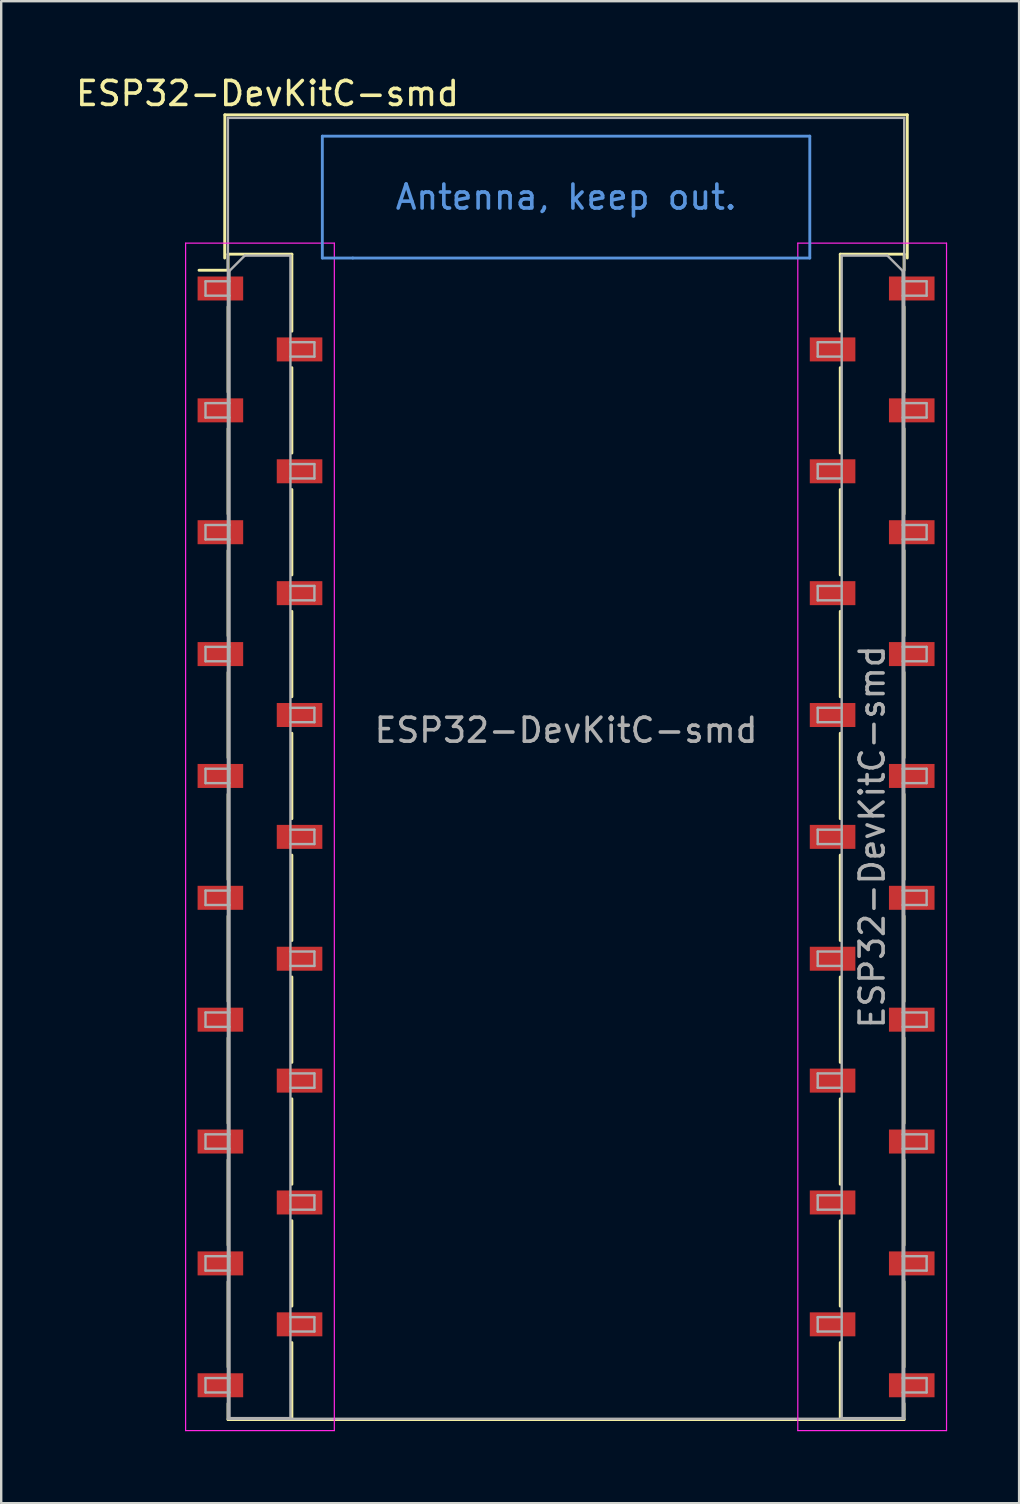
<source format=kicad_pcb>
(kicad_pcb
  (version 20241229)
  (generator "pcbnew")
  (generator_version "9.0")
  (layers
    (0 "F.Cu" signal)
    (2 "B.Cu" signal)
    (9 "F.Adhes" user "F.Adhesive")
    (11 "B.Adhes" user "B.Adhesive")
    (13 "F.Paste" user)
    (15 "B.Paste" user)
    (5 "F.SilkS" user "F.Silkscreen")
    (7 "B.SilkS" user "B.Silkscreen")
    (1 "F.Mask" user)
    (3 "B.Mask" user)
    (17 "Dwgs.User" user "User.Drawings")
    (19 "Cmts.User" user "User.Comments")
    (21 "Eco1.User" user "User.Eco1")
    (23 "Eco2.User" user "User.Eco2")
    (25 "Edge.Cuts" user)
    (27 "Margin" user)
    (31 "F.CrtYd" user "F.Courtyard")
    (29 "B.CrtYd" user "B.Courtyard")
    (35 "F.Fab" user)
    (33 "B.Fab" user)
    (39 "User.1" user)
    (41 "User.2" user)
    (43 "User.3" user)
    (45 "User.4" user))
  (footprint "ESP32-DevKitC-smd"
    (layer "F.Cu")
    (at 7.847 8.976)
    (property "Reference" "ESP32-DevKitC-smd" (at 0.254 -8.128 0) (layer "F.SilkS") (effects (font (size 1 1) (thickness 0.15))))
    (attr through_hole)
    (fp_line (start -2.6 -0.76) (end -1.39 -0.76) (stroke (width 0.12) (type solid)) (layer "F.SilkS"))
    (fp_line (start -1.524 -7.239) (end -1.531 -1.27) (stroke (width 0.12) (type solid)) (layer "F.SilkS"))
    (fp_line (start -1.524 -7.239) (end 26.924 -7.239) (stroke (width 0.12) (type solid)) (layer "F.SilkS"))
    (fp_line (start -1.39 -1.43) (end -1.39 -0.76) (stroke (width 0.12) (type solid)) (layer "F.SilkS"))
    (fp_line (start -1.39 -1.43) (end 1.27 -1.43) (stroke (width 0.12) (type solid)) (layer "F.SilkS"))
    (fp_line (start -1.39 0.76) (end -1.39 4.32) (stroke (width 0.12) (type solid)) (layer "F.SilkS"))
    (fp_line (start -1.39 5.84) (end -1.39 9.4) (stroke (width 0.12) (type solid)) (layer "F.SilkS"))
    (fp_line (start -1.39 10.92) (end -1.39 14.48) (stroke (width 0.12) (type solid)) (layer "F.SilkS"))
    (fp_line (start -1.39 16) (end -1.39 19.56) (stroke (width 0.12) (type solid)) (layer "F.SilkS"))
    (fp_line (start -1.39 21.08) (end -1.39 24.64) (stroke (width 0.12) (type solid)) (layer "F.SilkS"))
    (fp_line (start -1.39 26.16) (end -1.39 29.72) (stroke (width 0.12) (type solid)) (layer "F.SilkS"))
    (fp_line (start -1.39 31.24) (end -1.39 34.8) (stroke (width 0.12) (type solid)) (layer "F.SilkS"))
    (fp_line (start -1.39 36.32) (end -1.39 39.88) (stroke (width 0.12) (type solid)) (layer "F.SilkS"))
    (fp_line (start -1.39 41.4) (end -1.39 44.96) (stroke (width 0.12) (type solid)) (layer "F.SilkS"))
    (fp_line (start -1.39 46.48) (end -1.39 47.15) (stroke (width 0.12) (type solid)) (layer "F.SilkS"))
    (fp_line (start -1.39 47.15) (end 1.27 47.15) (stroke (width 0.12) (type solid)) (layer "F.SilkS"))
    (fp_line (start 1.27 -1.43) (end 1.27 1.78) (stroke (width 0.12) (type solid)) (layer "F.SilkS"))
    (fp_line (start 1.27 3.3) (end 1.27 6.86) (stroke (width 0.12) (type solid)) (layer "F.SilkS"))
    (fp_line (start 1.27 8.38) (end 1.27 11.94) (stroke (width 0.12) (type solid)) (layer "F.SilkS"))
    (fp_line (start 1.27 13.46) (end 1.27 17.02) (stroke (width 0.12) (type solid)) (layer "F.SilkS"))
    (fp_line (start 1.27 18.54) (end 1.27 22.1) (stroke (width 0.12) (type solid)) (layer "F.SilkS"))
    (fp_line (start 1.27 23.62) (end 1.27 27.18) (stroke (width 0.12) (type solid)) (layer "F.SilkS"))
    (fp_line (start 1.27 28.7) (end 1.27 32.26) (stroke (width 0.12) (type solid)) (layer "F.SilkS"))
    (fp_line (start 1.27 33.78) (end 1.27 37.34) (stroke (width 0.12) (type solid)) (layer "F.SilkS"))
    (fp_line (start 1.27 38.86) (end 1.27 42.42) (stroke (width 0.12) (type solid)) (layer "F.SilkS"))
    (fp_line (start 1.27 43.94) (end 1.27 47.15) (stroke (width 0.12) (type solid)) (layer "F.SilkS"))
    (fp_line (start 1.27 47.15) (end 24.13 47.15) (stroke (width 0.12) (type solid)) (layer "F.SilkS"))
    (fp_line (start 24.13 -1.43) (end 24.13 1.78) (stroke (width 0.12) (type solid)) (layer "F.SilkS"))
    (fp_line (start 24.13 -1.43) (end 26.79 -1.43) (stroke (width 0.12) (type solid)) (layer "F.SilkS"))
    (fp_line (start 24.13 3.3) (end 24.13 6.86) (stroke (width 0.12) (type solid)) (layer "F.SilkS"))
    (fp_line (start 24.13 8.38) (end 24.13 11.94) (stroke (width 0.12) (type solid)) (layer "F.SilkS"))
    (fp_line (start 24.13 13.46) (end 24.13 17.02) (stroke (width 0.12) (type solid)) (layer "F.SilkS"))
    (fp_line (start 24.13 18.54) (end 24.13 22.1) (stroke (width 0.12) (type solid)) (layer "F.SilkS"))
    (fp_line (start 24.13 23.62) (end 24.13 27.18) (stroke (width 0.12) (type solid)) (layer "F.SilkS"))
    (fp_line (start 24.13 28.7) (end 24.13 32.26) (stroke (width 0.12) (type solid)) (layer "F.SilkS"))
    (fp_line (start 24.13 33.78) (end 24.13 37.34) (stroke (width 0.12) (type solid)) (layer "F.SilkS"))
    (fp_line (start 24.13 38.86) (end 24.13 42.42) (stroke (width 0.12) (type solid)) (layer "F.SilkS"))
    (fp_line (start 24.13 43.94) (end 24.13 47.15) (stroke (width 0.12) (type solid)) (layer "F.SilkS"))
    (fp_line (start 24.13 47.15) (end 26.79 47.15) (stroke (width 0.12) (type solid)) (layer "F.SilkS"))
    (fp_line (start 26.79 -1.43) (end 26.79 -0.76) (stroke (width 0.12) (type solid)) (layer "F.SilkS"))
    (fp_line (start 26.79 0.76) (end 26.79 4.32) (stroke (width 0.12) (type solid)) (layer "F.SilkS"))
    (fp_line (start 26.79 5.84) (end 26.79 9.4) (stroke (width 0.12) (type solid)) (layer "F.SilkS"))
    (fp_line (start 26.79 10.92) (end 26.79 14.48) (stroke (width 0.12) (type solid)) (layer "F.SilkS"))
    (fp_line (start 26.79 16) (end 26.79 19.56) (stroke (width 0.12) (type solid)) (layer "F.SilkS"))
    (fp_line (start 26.79 21.08) (end 26.79 24.64) (stroke (width 0.12) (type solid)) (layer "F.SilkS"))
    (fp_line (start 26.79 26.16) (end 26.79 29.72) (stroke (width 0.12) (type solid)) (layer "F.SilkS"))
    (fp_line (start 26.79 31.24) (end 26.79 34.8) (stroke (width 0.12) (type solid)) (layer "F.SilkS"))
    (fp_line (start 26.79 36.32) (end 26.79 39.88) (stroke (width 0.12) (type solid)) (layer "F.SilkS"))
    (fp_line (start 26.79 41.4) (end 26.79 44.96) (stroke (width 0.12) (type solid)) (layer "F.SilkS"))
    (fp_line (start 26.79 46.48) (end 26.79 47.15) (stroke (width 0.12) (type solid)) (layer "F.SilkS"))
    (fp_line (start 26.924 -7.239) (end 26.924 -1.27) (stroke (width 0.12) (type solid)) (layer "F.SilkS"))
    (fp_line (start 2.54 -6.35) (end 2.54 -1.27) (stroke (width 0.12) (type solid)) (layer "Cmts.User"))
    (fp_line (start 2.54 -1.27) (end 3.81 -1.27) (stroke (width 0.12) (type solid)) (layer "Cmts.User"))
    (fp_line (start 3.81 -1.27) (end 22.86 -1.27) (stroke (width 0.12) (type solid)) (layer "Cmts.User"))
    (fp_line (start 22.86 -6.35) (end 2.54 -6.35) (stroke (width 0.12) (type solid)) (layer "Cmts.User"))
    (fp_line (start 22.86 -1.27) (end 22.86 -6.35) (stroke (width 0.12) (type solid)) (layer "Cmts.User"))
    (fp_line (start -3.16 -1.89) (end 3.04 -1.89) (stroke (width 0.05) (type solid)) (layer "F.CrtYd"))
    (fp_line (start -3.16 47.61) (end -3.16 -1.89) (stroke (width 0.05) (type solid)) (layer "F.CrtYd"))
    (fp_line (start 3.04 -1.89) (end 3.04 47.61) (stroke (width 0.05) (type solid)) (layer "F.CrtYd"))
    (fp_line (start 3.04 47.61) (end -3.16 47.61) (stroke (width 0.05) (type solid)) (layer "F.CrtYd"))
    (fp_line (start 22.36 -1.89) (end 28.56 -1.89) (stroke (width 0.05) (type solid)) (layer "F.CrtYd"))
    (fp_line (start 22.36 47.61) (end 22.36 -1.89) (stroke (width 0.05) (type solid)) (layer "F.CrtYd"))
    (fp_line (start 28.56 -1.89) (end 28.56 47.61) (stroke (width 0.05) (type solid)) (layer "F.CrtYd"))
    (fp_line (start 28.56 47.61) (end 22.36 47.61) (stroke (width 0.05) (type solid)) (layer "F.CrtYd"))
    (fp_line (start -2.33 -0.3) (end -1.33 -0.3) (stroke (width 0.1) (type solid)) (layer "F.Fab"))
    (fp_line (start -2.33 0.3) (end -2.33 -0.3) (stroke (width 0.1) (type solid)) (layer "F.Fab"))
    (fp_line (start -2.33 4.78) (end -1.33 4.78) (stroke (width 0.1) (type solid)) (layer "F.Fab"))
    (fp_line (start -2.33 5.38) (end -2.33 4.78) (stroke (width 0.1) (type solid)) (layer "F.Fab"))
    (fp_line (start -2.33 9.86) (end -1.33 9.86) (stroke (width 0.1) (type solid)) (layer "F.Fab"))
    (fp_line (start -2.33 10.46) (end -2.33 9.86) (stroke (width 0.1) (type solid)) (layer "F.Fab"))
    (fp_line (start -2.33 14.94) (end -1.33 14.94) (stroke (width 0.1) (type solid)) (layer "F.Fab"))
    (fp_line (start -2.33 15.54) (end -2.33 14.94) (stroke (width 0.1) (type solid)) (layer "F.Fab"))
    (fp_line (start -2.33 20.02) (end -1.33 20.02) (stroke (width 0.1) (type solid)) (layer "F.Fab"))
    (fp_line (start -2.33 20.62) (end -2.33 20.02) (stroke (width 0.1) (type solid)) (layer "F.Fab"))
    (fp_line (start -2.33 25.1) (end -1.33 25.1) (stroke (width 0.1) (type solid)) (layer "F.Fab"))
    (fp_line (start -2.33 25.7) (end -2.33 25.1) (stroke (width 0.1) (type solid)) (layer "F.Fab"))
    (fp_line (start -2.33 30.18) (end -1.33 30.18) (stroke (width 0.1) (type solid)) (layer "F.Fab"))
    (fp_line (start -2.33 30.78) (end -2.33 30.18) (stroke (width 0.1) (type solid)) (layer "F.Fab"))
    (fp_line (start -2.33 35.26) (end -1.33 35.26) (stroke (width 0.1) (type solid)) (layer "F.Fab"))
    (fp_line (start -2.33 35.86) (end -2.33 35.26) (stroke (width 0.1) (type solid)) (layer "F.Fab"))
    (fp_line (start -2.33 40.34) (end -1.33 40.34) (stroke (width 0.1) (type solid)) (layer "F.Fab"))
    (fp_line (start -2.33 40.94) (end -2.33 40.34) (stroke (width 0.1) (type solid)) (layer "F.Fab"))
    (fp_line (start -2.33 45.42) (end -1.33 45.42) (stroke (width 0.1) (type solid)) (layer "F.Fab"))
    (fp_line (start -2.33 46.02) (end -2.33 45.42) (stroke (width 0.1) (type solid)) (layer "F.Fab"))
    (fp_line (start -1.397 -7.112) (end -1.397 47.117) (stroke (width 0.1) (type solid)) (layer "F.Fab"))
    (fp_line (start -1.397 -7.112) (end 26.797 -7.112) (stroke (width 0.1) (type solid)) (layer "F.Fab"))
    (fp_line (start -1.397 47.117) (end 26.797 47.117) (stroke (width 0.1) (type solid)) (layer "F.Fab"))
    (fp_line (start -1.33 -0.735) (end -0.695 -1.37) (stroke (width 0.1) (type solid)) (layer "F.Fab"))
    (fp_line (start -1.33 0.3) (end -2.33 0.3) (stroke (width 0.1) (type solid)) (layer "F.Fab"))
    (fp_line (start -1.33 5.38) (end -2.33 5.38) (stroke (width 0.1) (type solid)) (layer "F.Fab"))
    (fp_line (start -1.33 10.46) (end -2.33 10.46) (stroke (width 0.1) (type solid)) (layer "F.Fab"))
    (fp_line (start -1.33 15.54) (end -2.33 15.54) (stroke (width 0.1) (type solid)) (layer "F.Fab"))
    (fp_line (start -1.33 20.62) (end -2.33 20.62) (stroke (width 0.1) (type solid)) (layer "F.Fab"))
    (fp_line (start -1.33 25.7) (end -2.33 25.7) (stroke (width 0.1) (type solid)) (layer "F.Fab"))
    (fp_line (start -1.33 30.78) (end -2.33 30.78) (stroke (width 0.1) (type solid)) (layer "F.Fab"))
    (fp_line (start -1.33 35.86) (end -2.33 35.86) (stroke (width 0.1) (type solid)) (layer "F.Fab"))
    (fp_line (start -1.33 40.94) (end -2.33 40.94) (stroke (width 0.1) (type solid)) (layer "F.Fab"))
    (fp_line (start -1.33 46.02) (end -2.33 46.02) (stroke (width 0.1) (type solid)) (layer "F.Fab"))
    (fp_line (start -1.33 47.09) (end -1.33 -0.735) (stroke (width 0.1) (type solid)) (layer "F.Fab"))
    (fp_line (start -0.695 -1.37) (end 1.21 -1.37) (stroke (width 0.1) (type solid)) (layer "F.Fab"))
    (fp_line (start 1.21 -1.37) (end 1.21 47.09) (stroke (width 0.1) (type solid)) (layer "F.Fab"))
    (fp_line (start 1.21 2.24) (end 2.21 2.24) (stroke (width 0.1) (type solid)) (layer "F.Fab"))
    (fp_line (start 1.21 7.32) (end 2.21 7.32) (stroke (width 0.1) (type solid)) (layer "F.Fab"))
    (fp_line (start 1.21 12.4) (end 2.21 12.4) (stroke (width 0.1) (type solid)) (layer "F.Fab"))
    (fp_line (start 1.21 17.48) (end 2.21 17.48) (stroke (width 0.1) (type solid)) (layer "F.Fab"))
    (fp_line (start 1.21 22.56) (end 2.21 22.56) (stroke (width 0.1) (type solid)) (layer "F.Fab"))
    (fp_line (start 1.21 27.64) (end 2.21 27.64) (stroke (width 0.1) (type solid)) (layer "F.Fab"))
    (fp_line (start 1.21 32.72) (end 2.21 32.72) (stroke (width 0.1) (type solid)) (layer "F.Fab"))
    (fp_line (start 1.21 37.8) (end 2.21 37.8) (stroke (width 0.1) (type solid)) (layer "F.Fab"))
    (fp_line (start 1.21 42.88) (end 2.21 42.88) (stroke (width 0.1) (type solid)) (layer "F.Fab"))
    (fp_line (start 1.21 47.09) (end -1.33 47.09) (stroke (width 0.1) (type solid)) (layer "F.Fab"))
    (fp_line (start 2.21 2.24) (end 2.21 2.84) (stroke (width 0.1) (type solid)) (layer "F.Fab"))
    (fp_line (start 2.21 2.84) (end 1.21 2.84) (stroke (width 0.1) (type solid)) (layer "F.Fab"))
    (fp_line (start 2.21 7.32) (end 2.21 7.92) (stroke (width 0.1) (type solid)) (layer "F.Fab"))
    (fp_line (start 2.21 7.92) (end 1.21 7.92) (stroke (width 0.1) (type solid)) (layer "F.Fab"))
    (fp_line (start 2.21 12.4) (end 2.21 13) (stroke (width 0.1) (type solid)) (layer "F.Fab"))
    (fp_line (start 2.21 13) (end 1.21 13) (stroke (width 0.1) (type solid)) (layer "F.Fab"))
    (fp_line (start 2.21 17.48) (end 2.21 18.08) (stroke (width 0.1) (type solid)) (layer "F.Fab"))
    (fp_line (start 2.21 18.08) (end 1.21 18.08) (stroke (width 0.1) (type solid)) (layer "F.Fab"))
    (fp_line (start 2.21 22.56) (end 2.21 23.16) (stroke (width 0.1) (type solid)) (layer "F.Fab"))
    (fp_line (start 2.21 23.16) (end 1.21 23.16) (stroke (width 0.1) (type solid)) (layer "F.Fab"))
    (fp_line (start 2.21 27.64) (end 2.21 28.24) (stroke (width 0.1) (type solid)) (layer "F.Fab"))
    (fp_line (start 2.21 28.24) (end 1.21 28.24) (stroke (width 0.1) (type solid)) (layer "F.Fab"))
    (fp_line (start 2.21 32.72) (end 2.21 33.32) (stroke (width 0.1) (type solid)) (layer "F.Fab"))
    (fp_line (start 2.21 33.32) (end 1.21 33.32) (stroke (width 0.1) (type solid)) (layer "F.Fab"))
    (fp_line (start 2.21 37.8) (end 2.21 38.4) (stroke (width 0.1) (type solid)) (layer "F.Fab"))
    (fp_line (start 2.21 38.4) (end 1.21 38.4) (stroke (width 0.1) (type solid)) (layer "F.Fab"))
    (fp_line (start 2.21 42.88) (end 2.21 43.48) (stroke (width 0.1) (type solid)) (layer "F.Fab"))
    (fp_line (start 2.21 43.48) (end 1.21 43.48) (stroke (width 0.1) (type solid)) (layer "F.Fab"))
    (fp_line (start 23.19 2.24) (end 24.19 2.24) (stroke (width 0.1) (type solid)) (layer "F.Fab"))
    (fp_line (start 23.19 2.84) (end 23.19 2.24) (stroke (width 0.1) (type solid)) (layer "F.Fab"))
    (fp_line (start 23.19 7.32) (end 24.19 7.32) (stroke (width 0.1) (type solid)) (layer "F.Fab"))
    (fp_line (start 23.19 7.92) (end 23.19 7.32) (stroke (width 0.1) (type solid)) (layer "F.Fab"))
    (fp_line (start 23.19 12.4) (end 24.19 12.4) (stroke (width 0.1) (type solid)) (layer "F.Fab"))
    (fp_line (start 23.19 13) (end 23.19 12.4) (stroke (width 0.1) (type solid)) (layer "F.Fab"))
    (fp_line (start 23.19 17.48) (end 24.19 17.48) (stroke (width 0.1) (type solid)) (layer "F.Fab"))
    (fp_line (start 23.19 18.08) (end 23.19 17.48) (stroke (width 0.1) (type solid)) (layer "F.Fab"))
    (fp_line (start 23.19 22.56) (end 24.19 22.56) (stroke (width 0.1) (type solid)) (layer "F.Fab"))
    (fp_line (start 23.19 23.16) (end 23.19 22.56) (stroke (width 0.1) (type solid)) (layer "F.Fab"))
    (fp_line (start 23.19 27.64) (end 24.19 27.64) (stroke (width 0.1) (type solid)) (layer "F.Fab"))
    (fp_line (start 23.19 28.24) (end 23.19 27.64) (stroke (width 0.1) (type solid)) (layer "F.Fab"))
    (fp_line (start 23.19 32.72) (end 24.19 32.72) (stroke (width 0.1) (type solid)) (layer "F.Fab"))
    (fp_line (start 23.19 33.32) (end 23.19 32.72) (stroke (width 0.1) (type solid)) (layer "F.Fab"))
    (fp_line (start 23.19 37.8) (end 24.19 37.8) (stroke (width 0.1) (type solid)) (layer "F.Fab"))
    (fp_line (start 23.19 38.4) (end 23.19 37.8) (stroke (width 0.1) (type solid)) (layer "F.Fab"))
    (fp_line (start 23.19 42.88) (end 24.19 42.88) (stroke (width 0.1) (type solid)) (layer "F.Fab"))
    (fp_line (start 23.19 43.48) (end 23.19 42.88) (stroke (width 0.1) (type solid)) (layer "F.Fab"))
    (fp_line (start 24.19 -1.37) (end 26.095 -1.37) (stroke (width 0.1) (type solid)) (layer "F.Fab"))
    (fp_line (start 24.19 2.84) (end 23.19 2.84) (stroke (width 0.1) (type solid)) (layer "F.Fab"))
    (fp_line (start 24.19 7.92) (end 23.19 7.92) (stroke (width 0.1) (type solid)) (layer "F.Fab"))
    (fp_line (start 24.19 13) (end 23.19 13) (stroke (width 0.1) (type solid)) (layer "F.Fab"))
    (fp_line (start 24.19 18.08) (end 23.19 18.08) (stroke (width 0.1) (type solid)) (layer "F.Fab"))
    (fp_line (start 24.19 23.16) (end 23.19 23.16) (stroke (width 0.1) (type solid)) (layer "F.Fab"))
    (fp_line (start 24.19 28.24) (end 23.19 28.24) (stroke (width 0.1) (type solid)) (layer "F.Fab"))
    (fp_line (start 24.19 33.32) (end 23.19 33.32) (stroke (width 0.1) (type solid)) (layer "F.Fab"))
    (fp_line (start 24.19 38.4) (end 23.19 38.4) (stroke (width 0.1) (type solid)) (layer "F.Fab"))
    (fp_line (start 24.19 43.48) (end 23.19 43.48) (stroke (width 0.1) (type solid)) (layer "F.Fab"))
    (fp_line (start 24.19 47.09) (end 24.19 -1.37) (stroke (width 0.1) (type solid)) (layer "F.Fab"))
    (fp_line (start 26.095 -1.37) (end 26.73 -0.735) (stroke (width 0.1) (type solid)) (layer "F.Fab"))
    (fp_line (start 26.73 -0.735) (end 26.73 47.09) (stroke (width 0.1) (type solid)) (layer "F.Fab"))
    (fp_line (start 26.73 -0.3) (end 27.73 -0.3) (stroke (width 0.1) (type solid)) (layer "F.Fab"))
    (fp_line (start 26.73 4.78) (end 27.73 4.78) (stroke (width 0.1) (type solid)) (layer "F.Fab"))
    (fp_line (start 26.73 9.86) (end 27.73 9.86) (stroke (width 0.1) (type solid)) (layer "F.Fab"))
    (fp_line (start 26.73 14.94) (end 27.73 14.94) (stroke (width 0.1) (type solid)) (layer "F.Fab"))
    (fp_line (start 26.73 20.02) (end 27.73 20.02) (stroke (width 0.1) (type solid)) (layer "F.Fab"))
    (fp_line (start 26.73 25.1) (end 27.73 25.1) (stroke (width 0.1) (type solid)) (layer "F.Fab"))
    (fp_line (start 26.73 30.18) (end 27.73 30.18) (stroke (width 0.1) (type solid)) (layer "F.Fab"))
    (fp_line (start 26.73 35.26) (end 27.73 35.26) (stroke (width 0.1) (type solid)) (layer "F.Fab"))
    (fp_line (start 26.73 40.34) (end 27.73 40.34) (stroke (width 0.1) (type solid)) (layer "F.Fab"))
    (fp_line (start 26.73 45.42) (end 27.73 45.42) (stroke (width 0.1) (type solid)) (layer "F.Fab"))
    (fp_line (start 26.73 47.09) (end 24.19 47.09) (stroke (width 0.1) (type solid)) (layer "F.Fab"))
    (fp_line (start 26.797 -7.112) (end 26.797 47.117) (stroke (width 0.1) (type solid)) (layer "F.Fab"))
    (fp_line (start 27.73 -0.3) (end 27.73 0.3) (stroke (width 0.1) (type solid)) (layer "F.Fab"))
    (fp_line (start 27.73 0.3) (end 26.73 0.3) (stroke (width 0.1) (type solid)) (layer "F.Fab"))
    (fp_line (start 27.73 4.78) (end 27.73 5.38) (stroke (width 0.1) (type solid)) (layer "F.Fab"))
    (fp_line (start 27.73 5.38) (end 26.73 5.38) (stroke (width 0.1) (type solid)) (layer "F.Fab"))
    (fp_line (start 27.73 9.86) (end 27.73 10.46) (stroke (width 0.1) (type solid)) (layer "F.Fab"))
    (fp_line (start 27.73 10.46) (end 26.73 10.46) (stroke (width 0.1) (type solid)) (layer "F.Fab"))
    (fp_line (start 27.73 14.94) (end 27.73 15.54) (stroke (width 0.1) (type solid)) (layer "F.Fab"))
    (fp_line (start 27.73 15.54) (end 26.73 15.54) (stroke (width 0.1) (type solid)) (layer "F.Fab"))
    (fp_line (start 27.73 20.02) (end 27.73 20.62) (stroke (width 0.1) (type solid)) (layer "F.Fab"))
    (fp_line (start 27.73 20.62) (end 26.73 20.62) (stroke (width 0.1) (type solid)) (layer "F.Fab"))
    (fp_line (start 27.73 25.1) (end 27.73 25.7) (stroke (width 0.1) (type solid)) (layer "F.Fab"))
    (fp_line (start 27.73 25.7) (end 26.73 25.7) (stroke (width 0.1) (type solid)) (layer "F.Fab"))
    (fp_line (start 27.73 30.18) (end 27.73 30.78) (stroke (width 0.1) (type solid)) (layer "F.Fab"))
    (fp_line (start 27.73 30.78) (end 26.73 30.78) (stroke (width 0.1) (type solid)) (layer "F.Fab"))
    (fp_line (start 27.73 35.26) (end 27.73 35.86) (stroke (width 0.1) (type solid)) (layer "F.Fab"))
    (fp_line (start 27.73 35.86) (end 26.73 35.86) (stroke (width 0.1) (type solid)) (layer "F.Fab"))
    (fp_line (start 27.73 40.34) (end 27.73 40.94) (stroke (width 0.1) (type solid)) (layer "F.Fab"))
    (fp_line (start 27.73 40.94) (end 26.73 40.94) (stroke (width 0.1) (type solid)) (layer "F.Fab"))
    (fp_line (start 27.73 45.42) (end 27.73 46.02) (stroke (width 0.1) (type solid)) (layer "F.Fab"))
    (fp_line (start 27.73 46.02) (end 26.73 46.02) (stroke (width 0.1) (type solid)) (layer "F.Fab"))
    (fp_text user "Antenna, keep out." (at 12.7 -3.81 0) (layer "Cmts.User") (effects (font (size 1 1) (thickness 0.15))))
    (fp_text user "${REFERENCE}" (at 12.7 18.415 0) (layer "F.Fab") (effects (font (size 1 1) (thickness 0.15))))
    (fp_text user "${REFERENCE}" (at 25.46 22.86 90) (layer "F.Fab") (effects (font (size 1 1) (thickness 0.15))))
    (pad "1" smd rect (at -1.71 0) (size 1.9 1) (layers "F.Cu" "F.Mask" "F.Paste"))
    (pad "2" smd rect (at 1.59 2.54) (size 1.9 1) (layers "F.Cu" "F.Mask" "F.Paste"))
    (pad "3" smd rect (at -1.71 5.08) (size 1.9 1) (layers "F.Cu" "F.Mask" "F.Paste"))
    (pad "4" smd rect (at 1.59 7.62) (size 1.9 1) (layers "F.Cu" "F.Mask" "F.Paste"))
    (pad "5" smd rect (at -1.71 10.16) (size 1.9 1) (layers "F.Cu" "F.Mask" "F.Paste"))
    (pad "6" smd rect (at 1.59 12.7) (size 1.9 1) (layers "F.Cu" "F.Mask" "F.Paste"))
    (pad "7" smd rect (at -1.71 15.24) (size 1.9 1) (layers "F.Cu" "F.Mask" "F.Paste"))
    (pad "8" smd rect (at 1.59 17.78) (size 1.9 1) (layers "F.Cu" "F.Mask" "F.Paste"))
    (pad "9" smd rect (at -1.71 20.32) (size 1.9 1) (layers "F.Cu" "F.Mask" "F.Paste"))
    (pad "10" smd rect (at 1.59 22.86) (size 1.9 1) (layers "F.Cu" "F.Mask" "F.Paste"))
    (pad "11" smd rect (at -1.71 25.4) (size 1.9 1) (layers "F.Cu" "F.Mask" "F.Paste"))
    (pad "12" smd rect (at 1.59 27.94) (size 1.9 1) (layers "F.Cu" "F.Mask" "F.Paste"))
    (pad "13" smd rect (at -1.71 30.48) (size 1.9 1) (layers "F.Cu" "F.Mask" "F.Paste"))
    (pad "14" smd rect (at 1.59 33.02) (size 1.9 1) (layers "F.Cu" "F.Mask" "F.Paste"))
    (pad "15" smd rect (at -1.71 35.56) (size 1.9 1) (layers "F.Cu" "F.Mask" "F.Paste"))
    (pad "16" smd rect (at 1.59 38.1) (size 1.9 1) (layers "F.Cu" "F.Mask" "F.Paste"))
    (pad "17" smd rect (at -1.71 40.64) (size 1.9 1) (layers "F.Cu" "F.Mask" "F.Paste"))
    (pad "18" smd rect (at 1.59 43.18) (size 1.9 1) (layers "F.Cu" "F.Mask" "F.Paste"))
    (pad "19" smd rect (at -1.71 45.72) (size 1.9 1) (layers "F.Cu" "F.Mask" "F.Paste"))
    (pad "20" smd rect (at 27.11 45.72) (size 1.9 1) (layers "F.Cu" "F.Mask" "F.Paste"))
    (pad "21" smd rect (at 23.81 43.18) (size 1.9 1) (layers "F.Cu" "F.Mask" "F.Paste"))
    (pad "22" smd rect (at 27.11 40.64) (size 1.9 1) (layers "F.Cu" "F.Mask" "F.Paste"))
    (pad "23" smd rect (at 23.81 38.1) (size 1.9 1) (layers "F.Cu" "F.Mask" "F.Paste"))
    (pad "24" smd rect (at 27.11 35.56) (size 1.9 1) (layers "F.Cu" "F.Mask" "F.Paste"))
    (pad "25" smd rect (at 23.81 33.02) (size 1.9 1) (layers "F.Cu" "F.Mask" "F.Paste"))
    (pad "26" smd rect (at 27.11 30.48) (size 1.9 1) (layers "F.Cu" "F.Mask" "F.Paste"))
    (pad "27" smd rect (at 23.81 27.94) (size 1.9 1) (layers "F.Cu" "F.Mask" "F.Paste"))
    (pad "28" smd rect (at 27.11 25.4) (size 1.9 1) (layers "F.Cu" "F.Mask" "F.Paste"))
    (pad "29" smd rect (at 23.81 22.86) (size 1.9 1) (layers "F.Cu" "F.Mask" "F.Paste"))
    (pad "30" smd rect (at 27.11 20.32) (size 1.9 1) (layers "F.Cu" "F.Mask" "F.Paste"))
    (pad "31" smd rect (at 23.81 17.78) (size 1.9 1) (layers "F.Cu" "F.Mask" "F.Paste"))
    (pad "32" smd rect (at 27.11 15.24) (size 1.9 1) (layers "F.Cu" "F.Mask" "F.Paste"))
    (pad "33" smd rect (at 23.81 12.7) (size 1.9 1) (layers "F.Cu" "F.Mask" "F.Paste"))
    (pad "34" smd rect (at 27.11 10.16) (size 1.9 1) (layers "F.Cu" "F.Mask" "F.Paste"))
    (pad "35" smd rect (at 23.81 7.62) (size 1.9 1) (layers "F.Cu" "F.Mask" "F.Paste"))
    (pad "36" smd rect (at 27.11 5.08) (size 1.9 1) (layers "F.Cu" "F.Mask" "F.Paste"))
    (pad "37" smd rect (at 23.81 2.54) (size 1.9 1) (layers "F.Cu" "F.Mask" "F.Paste"))
    (pad "38" smd rect (at 27.11 0) (size 1.9 1) (layers "F.Cu" "F.Mask" "F.Paste")))
  (gr_rect
    (start -3 -3)
    (end 39.432 59.611)
    (stroke (width 0.1) (type default))
    (fill no)
    (layer "Edge.Cuts")))
</source>
